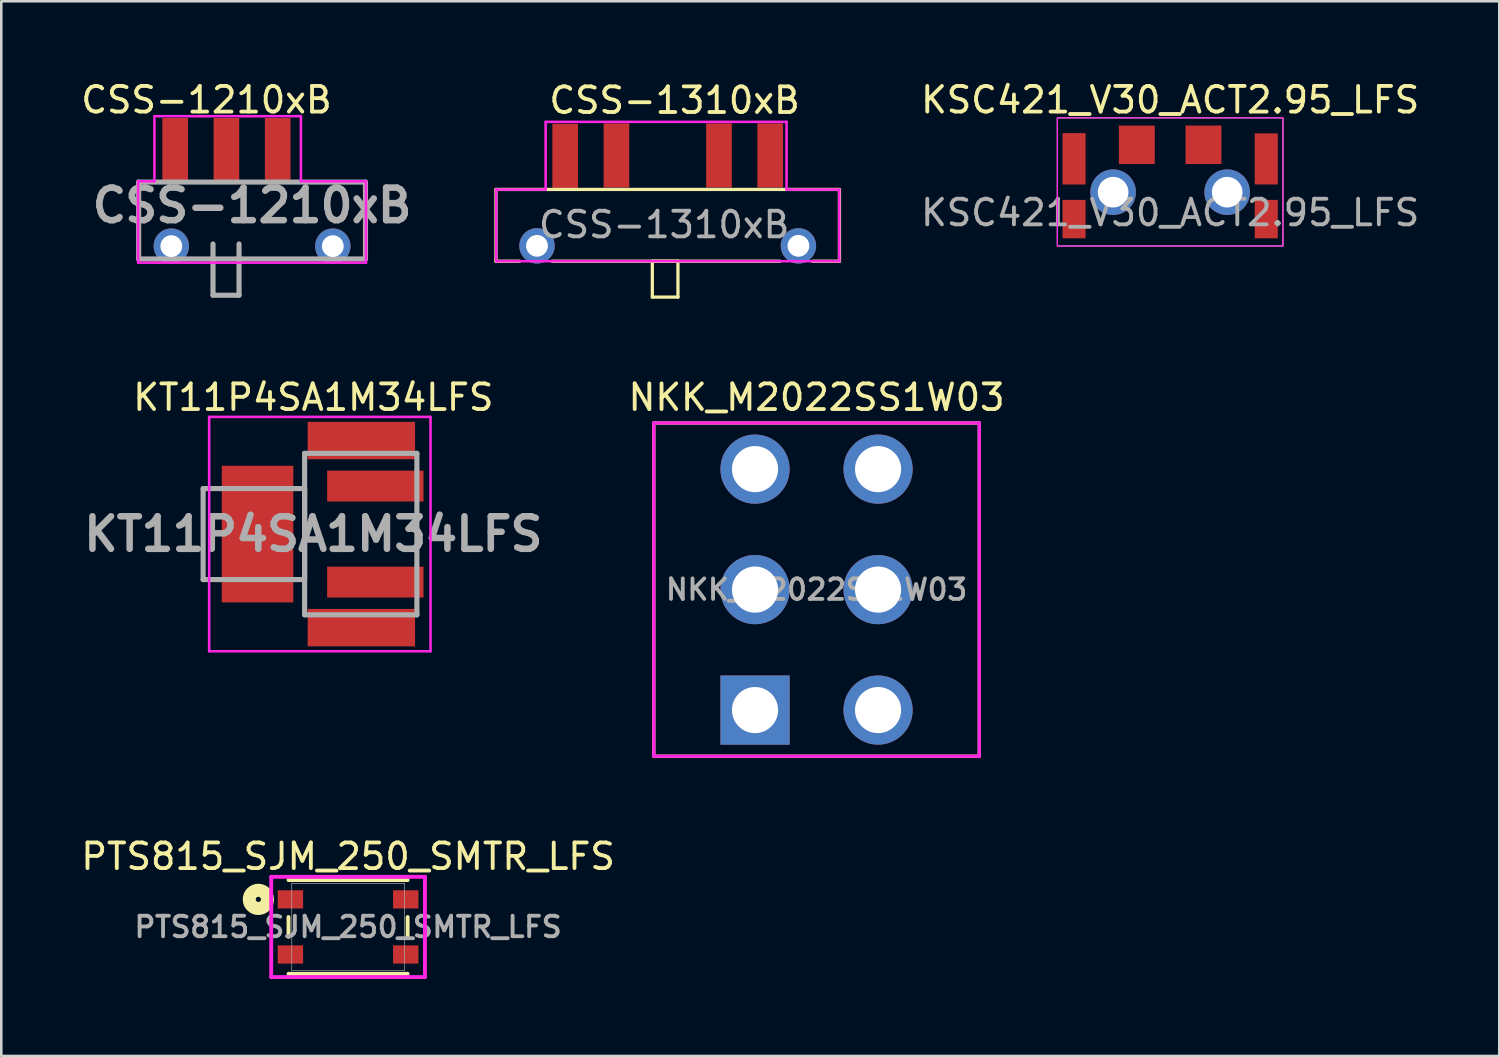
<source format=kicad_pcb>
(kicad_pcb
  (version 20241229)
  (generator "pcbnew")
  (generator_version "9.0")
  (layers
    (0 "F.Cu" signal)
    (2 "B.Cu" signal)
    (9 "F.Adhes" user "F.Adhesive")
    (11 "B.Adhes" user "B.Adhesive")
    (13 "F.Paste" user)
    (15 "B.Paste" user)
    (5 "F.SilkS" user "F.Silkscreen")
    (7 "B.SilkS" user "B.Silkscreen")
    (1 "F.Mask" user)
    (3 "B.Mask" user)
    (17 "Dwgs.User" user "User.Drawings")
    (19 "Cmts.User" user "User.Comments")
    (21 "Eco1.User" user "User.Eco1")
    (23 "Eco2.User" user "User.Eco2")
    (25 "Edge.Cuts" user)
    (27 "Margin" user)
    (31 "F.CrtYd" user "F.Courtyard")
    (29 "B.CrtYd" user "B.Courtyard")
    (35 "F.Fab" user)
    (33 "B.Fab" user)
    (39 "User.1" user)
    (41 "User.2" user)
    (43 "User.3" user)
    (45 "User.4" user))
  (footprint "PTS815_SJM_250_SMTR_LFS"
    (layer "F.Cu")
    (at 10.53 33.114)
    (property "Reference" "PTS815_SJM_250_SMTR_LFS" (at 0 -2.75 0) (unlocked yes) (layer "F.SilkS") (effects (font (size 1 1) (thickness 0.15))))
    (attr smd)
    (fp_line (start -2.324 -0.387) (end -2.324 0.387) (stroke (width 0.152) (type solid)) (layer "F.SilkS"))
    (fp_line (start -2.324 1.829) (end 2.324 1.829) (stroke (width 0.152) (type solid)) (layer "F.SilkS"))
    (fp_line (start 2.324 -1.829) (end -2.324 -1.829) (stroke (width 0.152) (type solid)) (layer "F.SilkS"))
    (fp_line (start 2.324 0.387) (end 2.324 -0.387) (stroke (width 0.152) (type solid)) (layer "F.SilkS"))
    (fp_circle (center -3.5 -1.075) (end -3.398 -1.075) (stroke (width 0.508) (type solid)) (fill no) (layer "F.SilkS"))
    (fp_line (start -2.999 -1.956) (end -2.999 1.956) (stroke (width 0.152) (type solid)) (layer "F.CrtYd"))
    (fp_line (start -2.999 1.956) (end 2.999 1.956) (stroke (width 0.152) (type solid)) (layer "F.CrtYd"))
    (fp_line (start 2.999 -1.956) (end -2.999 -1.956) (stroke (width 0.152) (type solid)) (layer "F.CrtYd"))
    (fp_line (start 2.999 1.956) (end 2.999 -1.956) (stroke (width 0.152) (type solid)) (layer "F.CrtYd"))
    (fp_line (start -2.197 -1.702) (end -2.197 1.702) (stroke (width 0.025) (type solid)) (layer "F.Fab"))
    (fp_line (start -2.197 1.702) (end 2.197 1.702) (stroke (width 0.025) (type solid)) (layer "F.Fab"))
    (fp_line (start 2.197 -1.702) (end -2.197 -1.702) (stroke (width 0.025) (type solid)) (layer "F.Fab"))
    (fp_line (start 2.197 1.702) (end 2.197 -1.702) (stroke (width 0.025) (type solid)) (layer "F.Fab"))
    (fp_text user "${REFERENCE}" (at 0 0 0) (unlocked yes) (layer "F.Fab") (effects (font (size 0.8 0.8) (thickness 0.15))))
    (pad "1" smd rect (at -2.25 -1.075) (size 0.991 0.711) (layers "F.Cu" "F.Mask" "F.Paste"))
    (pad "2" smd rect (at 2.25 -1.075) (size 0.991 0.711) (layers "F.Cu" "F.Mask" "F.Paste"))
    (pad "3" smd rect (at -2.25 1.075) (size 0.991 0.711) (layers "F.Cu" "F.Mask" "F.Paste"))
    (pad "4" smd rect (at 2.25 1.075) (size 0.991 0.711) (layers "F.Cu" "F.Mask" "F.Paste")))
  (footprint "NKK_M2022SS1W03"
    (layer "F.Cu")
    (at 28.807 19.953)
    (property "Reference" "NKK_M2022SS1W03" (at 0 -7.5 0) (layer "F.SilkS") (effects (font (size 1 1) (thickness 0.15))))
    (attr through_hole)
    (fp_line (start -6.35 -6.5) (end -6.35 6.5) (stroke (width 0.127) (type solid)) (layer "F.SilkS"))
    (fp_line (start -6.35 6.5) (end 6.35 6.5) (stroke (width 0.127) (type solid)) (layer "F.SilkS"))
    (fp_line (start 6.35 -6.5) (end -6.35 -6.5) (stroke (width 0.127) (type solid)) (layer "F.SilkS"))
    (fp_line (start 6.35 6.5) (end 6.35 -6.5) (stroke (width 0.127) (type solid)) (layer "F.SilkS"))
    (fp_line (start -6.35 -6.5) (end -6.35 6.5) (stroke (width 0.127) (type solid)) (layer "F.CrtYd"))
    (fp_line (start -6.35 6.5) (end 6.35 6.5) (stroke (width 0.127) (type solid)) (layer "F.CrtYd"))
    (fp_line (start 6.35 -6.5) (end -6.35 -6.5) (stroke (width 0.127) (type solid)) (layer "F.CrtYd"))
    (fp_line (start 6.35 -6.5) (end 6.35 6.5) (stroke (width 0.127) (type solid)) (layer "F.CrtYd"))
    (fp_text user "${REFERENCE}" (at 0 0 0) (unlocked yes) (layer "F.Fab") (effects (font (size 0.8 0.8) (thickness 0.15))))
    (pad "1" thru_hole rect (at -2.4 4.7) (size 2.7 2.7) (drill 1.8) (layers "*.Cu" "*.Mask"))
    (pad "2" thru_hole circle (at -2.4 0) (size 2.7 2.7) (drill 1.8) (layers "*.Cu" "*.Mask"))
    (pad "3" thru_hole circle (at -2.4 -4.7) (size 2.7 2.7) (drill 1.8) (layers "*.Cu" "*.Mask"))
    (pad "4" thru_hole circle (at 2.4 4.7) (size 2.7 2.7) (drill 1.8) (layers "*.Cu" "*.Mask"))
    (pad "5" thru_hole circle (at 2.4 0) (size 2.7 2.7) (drill 1.8) (layers "*.Cu" "*.Mask"))
    (pad "6" thru_hole circle (at 2.4 -4.7) (size 2.7 2.7) (drill 1.8) (layers "*.Cu" "*.Mask")))
  (footprint "KSC421_V30_ACT2.95_LFS"
    (layer "F.Cu")
    (at 42.603 4.448)
    (property "Reference" "KSC421_V30_ACT2.95_LFS" (at 0 -3.6 0) (unlocked yes) (layer "F.SilkS") (effects (font (size 1 1) (thickness 0.15))))
    (attr smd)
    (fp_rect (start -4.4 -2.9) (end 4.4 2.1) (stroke (width 0.05) (type default)) (fill no) (layer "F.CrtYd"))
    (fp_rect (start -4.4 -2.9) (end 4.4 2.1) (stroke (width 0.05) (type default)) (fill no) (layer "F.Fab"))
    (fp_text user "${REFERENCE}" (at 0 0.8 0) (unlocked yes) (layer "F.Fab") (effects (font (size 1 1) (thickness 0.15))))
    (pad "1" thru_hole circle (at 2.225 0 90) (size 1.778 1.778) (drill 1.194) (layers "*.Cu" "*.Mask"))
    (pad "2" thru_hole circle (at -2.225 0 90) (size 1.778 1.778) (drill 1.194) (layers "*.Cu" "*.Mask"))
    (pad "3" smd rect (at -3.75 -1.302 90) (size 2.005 0.9) (layers "F.Cu" "F.Mask" "F.Paste"))
    (pad "4" smd rect (at -1.3 -1.85 90) (size 1.5 1.4) (layers "F.Cu" "F.Mask" "F.Paste"))
    (pad "5" smd rect (at 1.3 -1.85 90) (size 1.5 1.4) (layers "F.Cu" "F.Mask" "F.Paste"))
    (pad "6" smd rect (at 3.75 -1.298 90) (size 1.995 0.9) (layers "F.Cu" "F.Mask" "F.Paste"))
    (pad "7" smd rect (at 3.75 1.05 90) (size 1.5 0.9) (layers "F.Cu" "F.Mask" "F.Paste"))
    (pad "8" smd rect (at -3.75 1.05 90) (size 1.5 0.9) (layers "F.Cu" "F.Mask" "F.Paste")))
  (footprint "KT11P4SA1M34LFS"
    (layer "F.Cu")
    (at 9.174 17.787)
    (property "Reference" "KT11P4SA1M34LFS" (at 0 -5.334 0) (layer "F.SilkS") (effects (font (size 1 1) (thickness 0.15))))
    (attr smd)
    (fp_line (start -0.339 -2.6) (end -0.339 2.6) (stroke (width 0.1) (type solid)) (layer "F.SilkS"))
    (fp_line (start 4.041 -0.8) (end 4.041 0.8) (stroke (width 0.1) (type solid)) (layer "F.SilkS"))
    (fp_line (start -4.064 -4.572) (end 4.572 -4.572) (stroke (width 0.1) (type solid)) (layer "F.CrtYd"))
    (fp_line (start -4.064 4.572) (end -4.064 -4.572) (stroke (width 0.1) (type solid)) (layer "F.CrtYd"))
    (fp_line (start 4.572 -4.572) (end 4.572 4.572) (stroke (width 0.1) (type solid)) (layer "F.CrtYd"))
    (fp_line (start 4.572 4.572) (end -4.064 4.572) (stroke (width 0.1) (type solid)) (layer "F.CrtYd"))
    (fp_line (start -4.299 -1.775) (end -4.299 1.775) (stroke (width 0.2) (type solid)) (layer "F.Fab"))
    (fp_line (start -4.299 1.775) (end -0.339 1.775) (stroke (width 0.2) (type solid)) (layer "F.Fab"))
    (fp_line (start -0.339 -3.15) (end 4.041 -3.15) (stroke (width 0.2) (type solid)) (layer "F.Fab"))
    (fp_line (start -0.339 -1.775) (end -4.299 -1.775) (stroke (width 0.2) (type solid)) (layer "F.Fab"))
    (fp_line (start -0.339 1.775) (end -0.339 -1.775) (stroke (width 0.2) (type solid)) (layer "F.Fab"))
    (fp_line (start -0.339 3.15) (end -0.339 -3.15) (stroke (width 0.2) (type solid)) (layer "F.Fab"))
    (fp_line (start 4.041 -3.15) (end 4.041 3.15) (stroke (width 0.2) (type solid)) (layer "F.Fab"))
    (fp_line (start 4.041 3.15) (end -0.339 3.15) (stroke (width 0.2) (type solid)) (layer "F.Fab"))
    (fp_text user "${REFERENCE}" (at 0 0 0) (layer "F.Fab") (effects (font (size 1.27 1.27) (thickness 0.254))))
    (pad "1" smd rect (at 2.419 1.873 90) (size 1.205 3.76) (layers "F.Cu" "F.Mask" "F.Paste"))
    (pad "2" smd rect (at 2.419 -1.873 90) (size 1.205 3.76) (layers "F.Cu" "F.Mask" "F.Paste"))
    (pad "MP" smd rect (at -2.176 0) (size 2.79 5.33) (layers "F.Cu" "F.Mask" "F.Paste"))
    (pad "MP" smd rect (at 1.874 -3.65 90) (size 1.46 4.19) (layers "F.Cu" "F.Mask" "F.Paste"))
    (pad "MP" smd rect (at 1.874 3.65 90) (size 1.46 4.19) (layers "F.Cu" "F.Mask" "F.Paste")))
  (footprint "CSS-1310xB"
    (layer "F.Cu")
    (at 19 4.041)
    (property "Reference" "CSS-1310xB" (at -0.711 -2.591 0) (layer "F.SilkS") (effects (font (size 1 1) (thickness 0.15)) (justify left bottom)))
    (fp_line (start -2.7 0.3) (end 10.7 0.3) (stroke (width 0.127) (type solid)) (layer "F.SilkS"))
    (fp_line (start -2.7 3.1) (end -2.7 0.3) (stroke (width 0.127) (type solid)) (layer "F.SilkS"))
    (fp_line (start -2.7 3.1) (end -1.778 3.1) (stroke (width 0.127) (type solid)) (layer "F.SilkS"))
    (fp_line (start 3.4 3.1) (end 3.4 4.5) (stroke (width 0.127) (type solid)) (layer "F.SilkS"))
    (fp_line (start 3.4 4.5) (end 4.4 4.5) (stroke (width 0.127) (type solid)) (layer "F.SilkS"))
    (fp_line (start 4.4 3.1) (end 3.4 3.1) (stroke (width 0.127) (type solid)) (layer "F.SilkS"))
    (fp_line (start 4.4 4.5) (end 4.4 3.1) (stroke (width 0.127) (type solid)) (layer "F.SilkS"))
    (fp_line (start 8.382 3.1) (end -0.508 3.1) (stroke (width 0.127) (type solid)) (layer "F.SilkS"))
    (fp_line (start 10.7 0.3) (end 10.7 3.1) (stroke (width 0.127) (type solid)) (layer "F.SilkS"))
    (fp_line (start 10.7 3.1) (end 9.652 3.1) (stroke (width 0.127) (type solid)) (layer "F.SilkS"))
    (fp_line (start -2.692 0.305) (end -2.692 3.099) (stroke (width 0.1) (type solid)) (layer "F.CrtYd"))
    (fp_line (start -2.692 0.305) (end -0.762 0.305) (stroke (width 0.1) (type solid)) (layer "F.CrtYd"))
    (fp_line (start -2.692 3.099) (end 10.693 3.099) (stroke (width 0.1) (type solid)) (layer "F.CrtYd"))
    (fp_line (start -0.762 -2.337) (end -0.762 0.305) (stroke (width 0.1) (type solid)) (layer "F.CrtYd"))
    (fp_line (start -0.762 -2.337) (end 8.636 -2.337) (stroke (width 0.1) (type solid)) (layer "F.CrtYd"))
    (fp_line (start 8.636 -2.337) (end 8.636 0.305) (stroke (width 0.1) (type solid)) (layer "F.CrtYd"))
    (fp_line (start 8.636 0.305) (end 10.693 0.305) (stroke (width 0.1) (type solid)) (layer "F.CrtYd"))
    (fp_line (start 10.693 0.305) (end 10.693 3.099) (stroke (width 0.1) (type solid)) (layer "F.CrtYd"))
    (fp_text user "${REFERENCE}" (at 3.861 1.676 0) (unlocked yes) (layer "F.Fab") (effects (font (size 1 1) (thickness 0.15))))
    (pad "1" smd rect (at 0 -1.01 270) (size 2.5 1) (layers "F.Cu" "F.Mask" "F.Paste"))
    (pad "2" smd rect (at 2 -1.025 90) (size 2.5 1) (layers "F.Cu" "F.Mask" "F.Paste"))
    (pad "3" smd rect (at 6 -1.025 90) (size 2.5 1) (layers "F.Cu" "F.Mask" "F.Paste"))
    (pad "4" smd rect (at 8 -1.025 90) (size 2.5 1) (layers "F.Cu" "F.Mask" "F.Paste"))
    (pad "MH1" thru_hole circle (at -1.1 2.5) (size 1.381 1.381) (drill 0.85) (layers "*.Cu" "*.Mask"))
    (pad "MH2" thru_hole circle (at 9.1 2.5) (size 1.381 1.381) (drill 0.85) (layers "*.Cu" "*.Mask")))
  (footprint "CSS-1210xB"
    (layer "F.Cu")
    (at 6.784 5.928)
    (property "Reference" "CSS-1210xB" (at -1.778 -5.08 0) (layer "F.SilkS") (effects (font (size 1 1) (thickness 0.15))))
    (attr through_hole)
    (fp_line (start -4.425 -1.875) (end -4.425 1.125) (stroke (width 0.127) (type solid)) (layer "F.SilkS"))
    (fp_line (start -4.425 1.125) (end -4 1.125) (stroke (width 0.127) (type solid)) (layer "F.SilkS"))
    (fp_line (start -4 -1.875) (end -4.425 -1.875) (stroke (width 0.127) (type solid)) (layer "F.SilkS"))
    (fp_line (start -2 1.125) (end 2 1.125) (stroke (width 0.127) (type solid)) (layer "F.SilkS"))
    (fp_line (start -1.516 1.14) (end -1.516 2.54) (stroke (width 0.127) (type solid)) (layer "F.SilkS"))
    (fp_line (start -1.516 2.54) (end -0.516 2.54) (stroke (width 0.127) (type solid)) (layer "F.SilkS"))
    (fp_line (start -0.516 1.14) (end -1.516 1.14) (stroke (width 0.127) (type solid)) (layer "F.SilkS"))
    (fp_line (start -0.516 2.54) (end -0.516 1.14) (stroke (width 0.127) (type solid)) (layer "F.SilkS"))
    (fp_line (start 2 -1.875) (end 4.425 -1.875) (stroke (width 0.127) (type solid)) (layer "F.SilkS"))
    (fp_line (start 4.425 -1.875) (end 4.425 1.125) (stroke (width 0.127) (type solid)) (layer "F.SilkS"))
    (fp_line (start 4.425 1.125) (end 4 1.125) (stroke (width 0.127) (type solid)) (layer "F.SilkS"))
    (fp_line (start -4.445 1.27) (end -4.445 -1.905) (stroke (width 0.1) (type solid)) (layer "F.CrtYd"))
    (fp_line (start -3.81 -4.445) (end -3.81 -1.905) (stroke (width 0.1) (type solid)) (layer "F.CrtYd"))
    (fp_line (start -3.81 -4.445) (end 1.905 -4.445) (stroke (width 0.1) (type solid)) (layer "F.CrtYd"))
    (fp_line (start -3.81 -1.905) (end -4.445 -1.905) (stroke (width 0.1) (type solid)) (layer "F.CrtYd"))
    (fp_line (start 1.905 -4.445) (end 1.905 -1.905) (stroke (width 0.1) (type solid)) (layer "F.CrtYd"))
    (fp_line (start 1.905 -1.905) (end 4.445 -1.905) (stroke (width 0.1) (type solid)) (layer "F.CrtYd"))
    (fp_line (start 4.445 -1.905) (end 4.445 1.27) (stroke (width 0.1) (type solid)) (layer "F.CrtYd"))
    (fp_line (start 4.445 1.27) (end -4.445 1.27) (stroke (width 0.1) (type solid)) (layer "F.CrtYd"))
    (fp_line (start -4.425 -1.875) (end 4.425 -1.875) (stroke (width 0.2) (type solid)) (layer "F.Fab"))
    (fp_line (start -4.425 1.125) (end -4.425 -1.875) (stroke (width 0.2) (type solid)) (layer "F.Fab"))
    (fp_line (start -1.524 0.54) (end -1.524 2.54) (stroke (width 0.2) (type solid)) (layer "F.Fab"))
    (fp_line (start -1.524 2.54) (end -0.508 2.54) (stroke (width 0.2) (type solid)) (layer "F.Fab"))
    (fp_line (start -0.508 2.54) (end -0.508 0.54) (stroke (width 0.2) (type solid)) (layer "F.Fab"))
    (fp_line (start 4.425 -1.875) (end 4.425 1.125) (stroke (width 0.2) (type solid)) (layer "F.Fab"))
    (fp_line (start 4.425 1.125) (end -4.425 1.125) (stroke (width 0.2) (type solid)) (layer "F.Fab"))
    (fp_text user "${REFERENCE}" (at 0 -0.963 0) (layer "F.Fab") (effects (font (size 1.27 1.27) (thickness 0.254))))
    (pad "1" smd rect (at -3 -3.125) (size 1 2.5) (layers "F.Cu" "F.Mask" "F.Paste"))
    (pad "2" smd rect (at -1 -3.125) (size 1 2.5) (layers "F.Cu" "F.Mask" "F.Paste"))
    (pad "3" smd rect (at 1 -3.125) (size 1 2.5) (layers "F.Cu" "F.Mask" "F.Paste"))
    (pad "MH1" thru_hole circle (at -3.15 0.625) (size 1.381 1.381) (drill 0.85) (layers "*.Cu" "*.Mask"))
    (pad "MH2" thru_hole circle (at 3.15 0.625) (size 1.381 1.381) (drill 0.85) (layers "*.Cu" "*.Mask")))
  (gr_rect
    (start -3 -3)
    (end 55.442 38.146)
    (stroke (width 0.1) (type default))
    (fill no)
    (layer "Edge.Cuts")))
</source>
